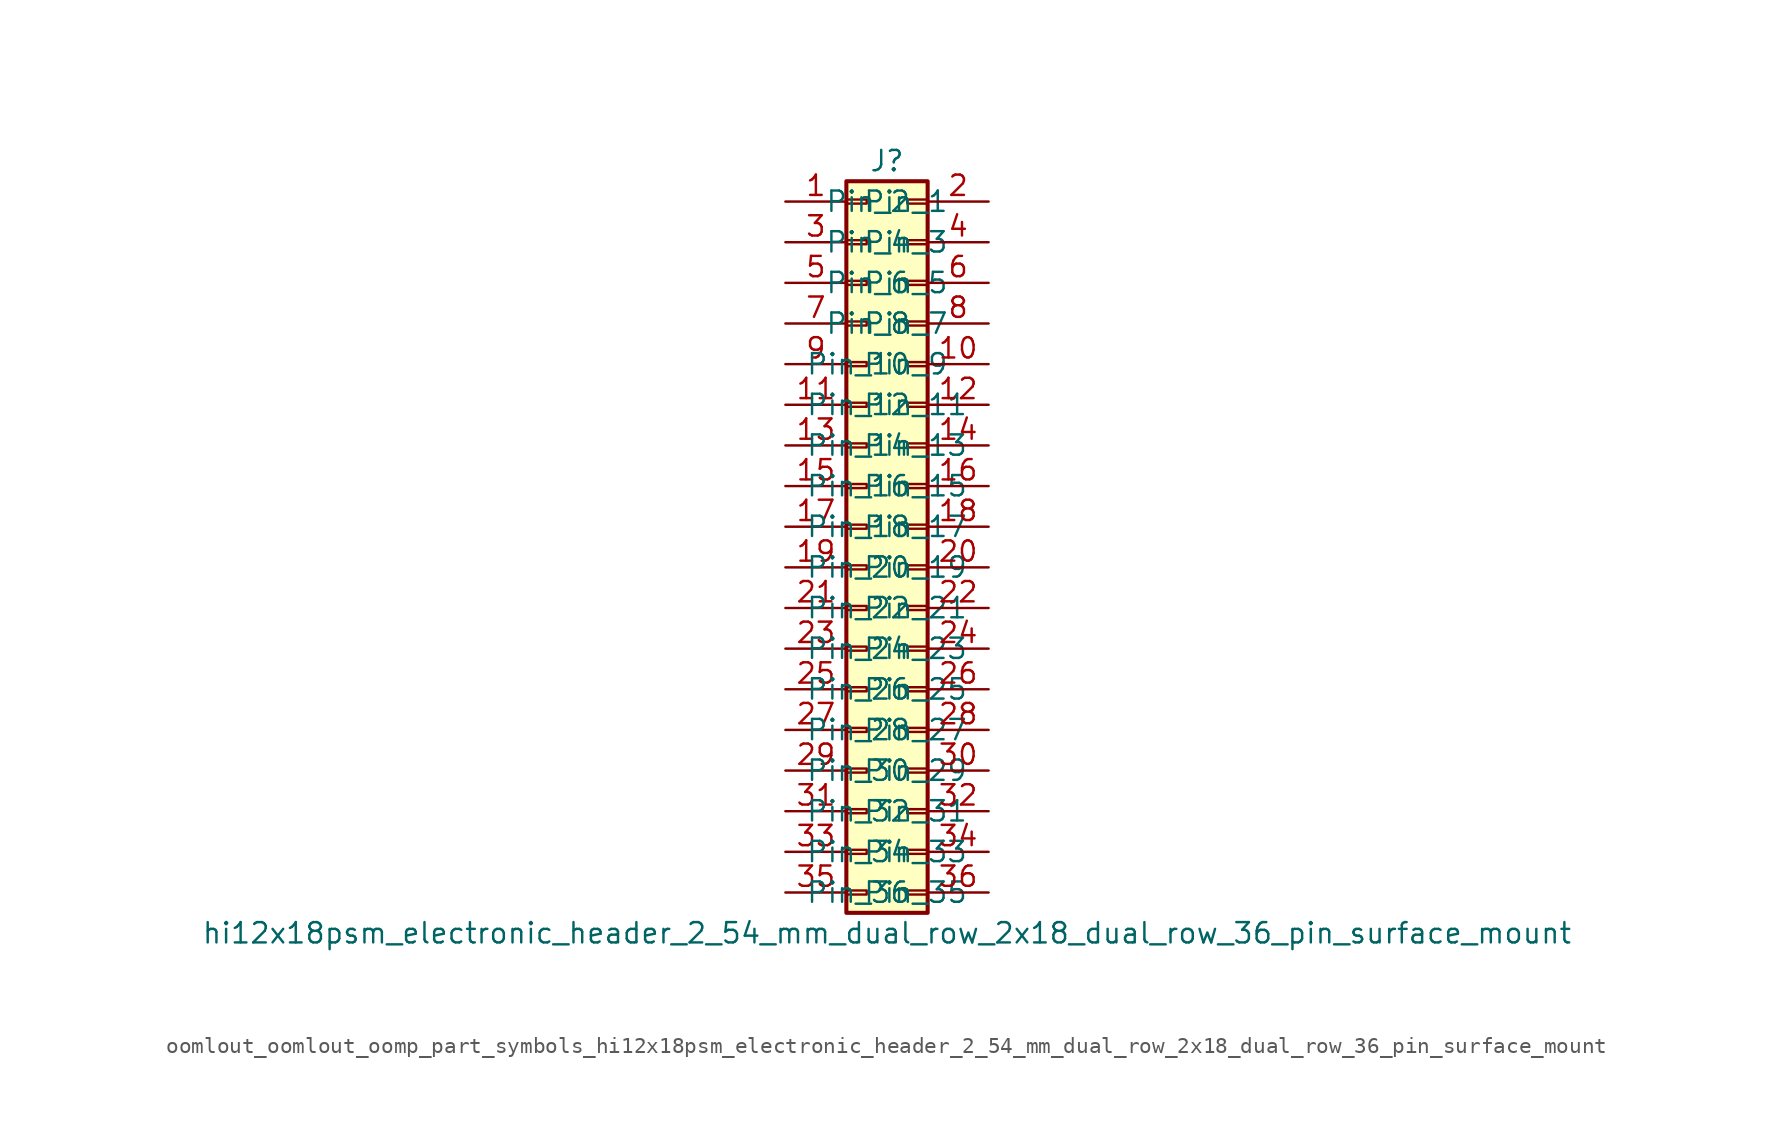
<source format=kicad_sym>
(kicad_symbol_lib
  (version 20220914)
  (generator kicad_symbol_editor)
  (symbol "oomlout_oomlout_oomp_part_symbols_hi12x18psm_electronic_header_2_54_mm_dual_row_2x18_dual_row_36_pin_surface_mount"
    (pin_names
      (offset 1.016))
    (property "Reference" "J"
      (at 1.27 22.86 0)
      (effects (font (size 1.27 1.27))))
    (property "Value" "hi12x18psm_electronic_header_2_54_mm_dual_row_2x18_dual_row_36_pin_surface_mount"
      (at 1.27 -25.4 0)
      (effects (font (size 1.27 1.27))))
    (symbol "oomlout_oomlout_oomp_part_symbols_hi12x18psm_electronic_header_2_54_mm_dual_row_2x18_dual_row_36_pin_surface_mount_1_1"
      (rectangle (start -1.27 -22.733) (end 0 -22.987) (stroke (width 0.152) (type default)) (fill (type none)))
      (rectangle (start -1.27 -20.193) (end 0 -20.447) (stroke (width 0.152) (type default)) (fill (type none)))
      (rectangle (start -1.27 -17.653) (end 0 -17.907) (stroke (width 0.152) (type default)) (fill (type none)))
      (rectangle (start -1.27 -15.113) (end 0 -15.367) (stroke (width 0.152) (type default)) (fill (type none)))
      (rectangle (start -1.27 -12.573) (end 0 -12.827) (stroke (width 0.152) (type default)) (fill (type none)))
      (rectangle (start -1.27 -10.033) (end 0 -10.287) (stroke (width 0.152) (type default)) (fill (type none)))
      (rectangle (start -1.27 -7.493) (end 0 -7.747) (stroke (width 0.152) (type default)) (fill (type none)))
      (rectangle (start -1.27 -4.953) (end 0 -5.207) (stroke (width 0.152) (type default)) (fill (type none)))
      (rectangle (start -1.27 -2.413) (end 0 -2.667) (stroke (width 0.152) (type default)) (fill (type none)))
      (rectangle (start -1.27 0.127) (end 0 -0.127) (stroke (width 0.152) (type default)) (fill (type none)))
      (rectangle (start -1.27 2.667) (end 0 2.413) (stroke (width 0.152) (type default)) (fill (type none)))
      (rectangle (start -1.27 5.207) (end 0 4.953) (stroke (width 0.152) (type default)) (fill (type none)))
      (rectangle (start -1.27 7.747) (end 0 7.493) (stroke (width 0.152) (type default)) (fill (type none)))
      (rectangle (start -1.27 10.287) (end 0 10.033) (stroke (width 0.152) (type default)) (fill (type none)))
      (rectangle (start -1.27 12.827) (end 0 12.573) (stroke (width 0.152) (type default)) (fill (type none)))
      (rectangle (start -1.27 15.367) (end 0 15.113) (stroke (width 0.152) (type default)) (fill (type none)))
      (rectangle (start -1.27 17.907) (end 0 17.653) (stroke (width 0.152) (type default)) (fill (type none)))
      (rectangle (start -1.27 20.447) (end 0 20.193) (stroke (width 0.152) (type default)) (fill (type none)))
      (rectangle (start -1.27 21.59) (end 3.81 -24.13) (stroke (width 0.254) (type default)) (fill (type background)))
      (rectangle (start 3.81 -22.733) (end 2.54 -22.987) (stroke (width 0.152) (type default)) (fill (type none)))
      (rectangle (start 3.81 -20.193) (end 2.54 -20.447) (stroke (width 0.152) (type default)) (fill (type none)))
      (rectangle (start 3.81 -17.653) (end 2.54 -17.907) (stroke (width 0.152) (type default)) (fill (type none)))
      (rectangle (start 3.81 -15.113) (end 2.54 -15.367) (stroke (width 0.152) (type default)) (fill (type none)))
      (rectangle (start 3.81 -12.573) (end 2.54 -12.827) (stroke (width 0.152) (type default)) (fill (type none)))
      (rectangle (start 3.81 -10.033) (end 2.54 -10.287) (stroke (width 0.152) (type default)) (fill (type none)))
      (rectangle (start 3.81 -7.493) (end 2.54 -7.747) (stroke (width 0.152) (type default)) (fill (type none)))
      (rectangle (start 3.81 -4.953) (end 2.54 -5.207) (stroke (width 0.152) (type default)) (fill (type none)))
      (rectangle (start 3.81 -2.413) (end 2.54 -2.667) (stroke (width 0.152) (type default)) (fill (type none)))
      (rectangle (start 3.81 0.127) (end 2.54 -0.127) (stroke (width 0.152) (type default)) (fill (type none)))
      (rectangle (start 3.81 2.667) (end 2.54 2.413) (stroke (width 0.152) (type default)) (fill (type none)))
      (rectangle (start 3.81 5.207) (end 2.54 4.953) (stroke (width 0.152) (type default)) (fill (type none)))
      (rectangle (start 3.81 7.747) (end 2.54 7.493) (stroke (width 0.152) (type default)) (fill (type none)))
      (rectangle (start 3.81 10.287) (end 2.54 10.033) (stroke (width 0.152) (type default)) (fill (type none)))
      (rectangle (start 3.81 12.827) (end 2.54 12.573) (stroke (width 0.152) (type default)) (fill (type none)))
      (rectangle (start 3.81 15.367) (end 2.54 15.113) (stroke (width 0.152) (type default)) (fill (type none)))
      (rectangle (start 3.81 17.907) (end 2.54 17.653) (stroke (width 0.152) (type default)) (fill (type none)))
      (rectangle (start 3.81 20.447) (end 2.54 20.193) (stroke (width 0.152) (type default)) (fill (type none)))
      (pin passive line (at -5.08 20.32 0) (length 3.81) (name "Pin_1" (effects (font (size 1.27 1.27)))) (number "1" (effects (font (size 1.27 1.27)))))
      (pin passive line (at 7.62 10.16 180) (length 3.81) (name "Pin_10" (effects (font (size 1.27 1.27)))) (number "10" (effects (font (size 1.27 1.27)))))
      (pin passive line (at -5.08 7.62 0) (length 3.81) (name "Pin_11" (effects (font (size 1.27 1.27)))) (number "11" (effects (font (size 1.27 1.27)))))
      (pin passive line (at 7.62 7.62 180) (length 3.81) (name "Pin_12" (effects (font (size 1.27 1.27)))) (number "12" (effects (font (size 1.27 1.27)))))
      (pin passive line (at -5.08 5.08 0) (length 3.81) (name "Pin_13" (effects (font (size 1.27 1.27)))) (number "13" (effects (font (size 1.27 1.27)))))
      (pin passive line (at 7.62 5.08 180) (length 3.81) (name "Pin_14" (effects (font (size 1.27 1.27)))) (number "14" (effects (font (size 1.27 1.27)))))
      (pin passive line (at -5.08 2.54 0) (length 3.81) (name "Pin_15" (effects (font (size 1.27 1.27)))) (number "15" (effects (font (size 1.27 1.27)))))
      (pin passive line (at 7.62 2.54 180) (length 3.81) (name "Pin_16" (effects (font (size 1.27 1.27)))) (number "16" (effects (font (size 1.27 1.27)))))
      (pin passive line (at -5.08 0 0) (length 3.81) (name "Pin_17" (effects (font (size 1.27 1.27)))) (number "17" (effects (font (size 1.27 1.27)))))
      (pin passive line (at 7.62 0 180) (length 3.81) (name "Pin_18" (effects (font (size 1.27 1.27)))) (number "18" (effects (font (size 1.27 1.27)))))
      (pin passive line (at -5.08 -2.54 0) (length 3.81) (name "Pin_19" (effects (font (size 1.27 1.27)))) (number "19" (effects (font (size 1.27 1.27)))))
      (pin passive line (at 7.62 20.32 180) (length 3.81) (name "Pin_2" (effects (font (size 1.27 1.27)))) (number "2" (effects (font (size 1.27 1.27)))))
      (pin passive line (at 7.62 -2.54 180) (length 3.81) (name "Pin_20" (effects (font (size 1.27 1.27)))) (number "20" (effects (font (size 1.27 1.27)))))
      (pin passive line (at -5.08 -5.08 0) (length 3.81) (name "Pin_21" (effects (font (size 1.27 1.27)))) (number "21" (effects (font (size 1.27 1.27)))))
      (pin passive line (at 7.62 -5.08 180) (length 3.81) (name "Pin_22" (effects (font (size 1.27 1.27)))) (number "22" (effects (font (size 1.27 1.27)))))
      (pin passive line (at -5.08 -7.62 0) (length 3.81) (name "Pin_23" (effects (font (size 1.27 1.27)))) (number "23" (effects (font (size 1.27 1.27)))))
      (pin passive line (at 7.62 -7.62 180) (length 3.81) (name "Pin_24" (effects (font (size 1.27 1.27)))) (number "24" (effects (font (size 1.27 1.27)))))
      (pin passive line (at -5.08 -10.16 0) (length 3.81) (name "Pin_25" (effects (font (size 1.27 1.27)))) (number "25" (effects (font (size 1.27 1.27)))))
      (pin passive line (at 7.62 -10.16 180) (length 3.81) (name "Pin_26" (effects (font (size 1.27 1.27)))) (number "26" (effects (font (size 1.27 1.27)))))
      (pin passive line (at -5.08 -12.7 0) (length 3.81) (name "Pin_27" (effects (font (size 1.27 1.27)))) (number "27" (effects (font (size 1.27 1.27)))))
      (pin passive line (at 7.62 -12.7 180) (length 3.81) (name "Pin_28" (effects (font (size 1.27 1.27)))) (number "28" (effects (font (size 1.27 1.27)))))
      (pin passive line (at -5.08 -15.24 0) (length 3.81) (name "Pin_29" (effects (font (size 1.27 1.27)))) (number "29" (effects (font (size 1.27 1.27)))))
      (pin passive line (at -5.08 17.78 0) (length 3.81) (name "Pin_3" (effects (font (size 1.27 1.27)))) (number "3" (effects (font (size 1.27 1.27)))))
      (pin passive line (at 7.62 -15.24 180) (length 3.81) (name "Pin_30" (effects (font (size 1.27 1.27)))) (number "30" (effects (font (size 1.27 1.27)))))
      (pin passive line (at -5.08 -17.78 0) (length 3.81) (name "Pin_31" (effects (font (size 1.27 1.27)))) (number "31" (effects (font (size 1.27 1.27)))))
      (pin passive line (at 7.62 -17.78 180) (length 3.81) (name "Pin_32" (effects (font (size 1.27 1.27)))) (number "32" (effects (font (size 1.27 1.27)))))
      (pin passive line (at -5.08 -20.32 0) (length 3.81) (name "Pin_33" (effects (font (size 1.27 1.27)))) (number "33" (effects (font (size 1.27 1.27)))))
      (pin passive line (at 7.62 -20.32 180) (length 3.81) (name "Pin_34" (effects (font (size 1.27 1.27)))) (number "34" (effects (font (size 1.27 1.27)))))
      (pin passive line (at -5.08 -22.86 0) (length 3.81) (name "Pin_35" (effects (font (size 1.27 1.27)))) (number "35" (effects (font (size 1.27 1.27)))))
      (pin passive line (at 7.62 -22.86 180) (length 3.81) (name "Pin_36" (effects (font (size 1.27 1.27)))) (number "36" (effects (font (size 1.27 1.27)))))
      (pin passive line (at 7.62 17.78 180) (length 3.81) (name "Pin_4" (effects (font (size 1.27 1.27)))) (number "4" (effects (font (size 1.27 1.27)))))
      (pin passive line (at -5.08 15.24 0) (length 3.81) (name "Pin_5" (effects (font (size 1.27 1.27)))) (number "5" (effects (font (size 1.27 1.27)))))
      (pin passive line (at 7.62 15.24 180) (length 3.81) (name "Pin_6" (effects (font (size 1.27 1.27)))) (number "6" (effects (font (size 1.27 1.27)))))
      (pin passive line (at -5.08 12.7 0) (length 3.81) (name "Pin_7" (effects (font (size 1.27 1.27)))) (number "7" (effects (font (size 1.27 1.27)))))
      (pin passive line (at 7.62 12.7 180) (length 3.81) (name "Pin_8" (effects (font (size 1.27 1.27)))) (number "8" (effects (font (size 1.27 1.27)))))
      (pin passive line (at -5.08 10.16 0) (length 3.81) (name "Pin_9" (effects (font (size 1.27 1.27)))) (number "9" (effects (font (size 1.27 1.27))))))))
</source>
